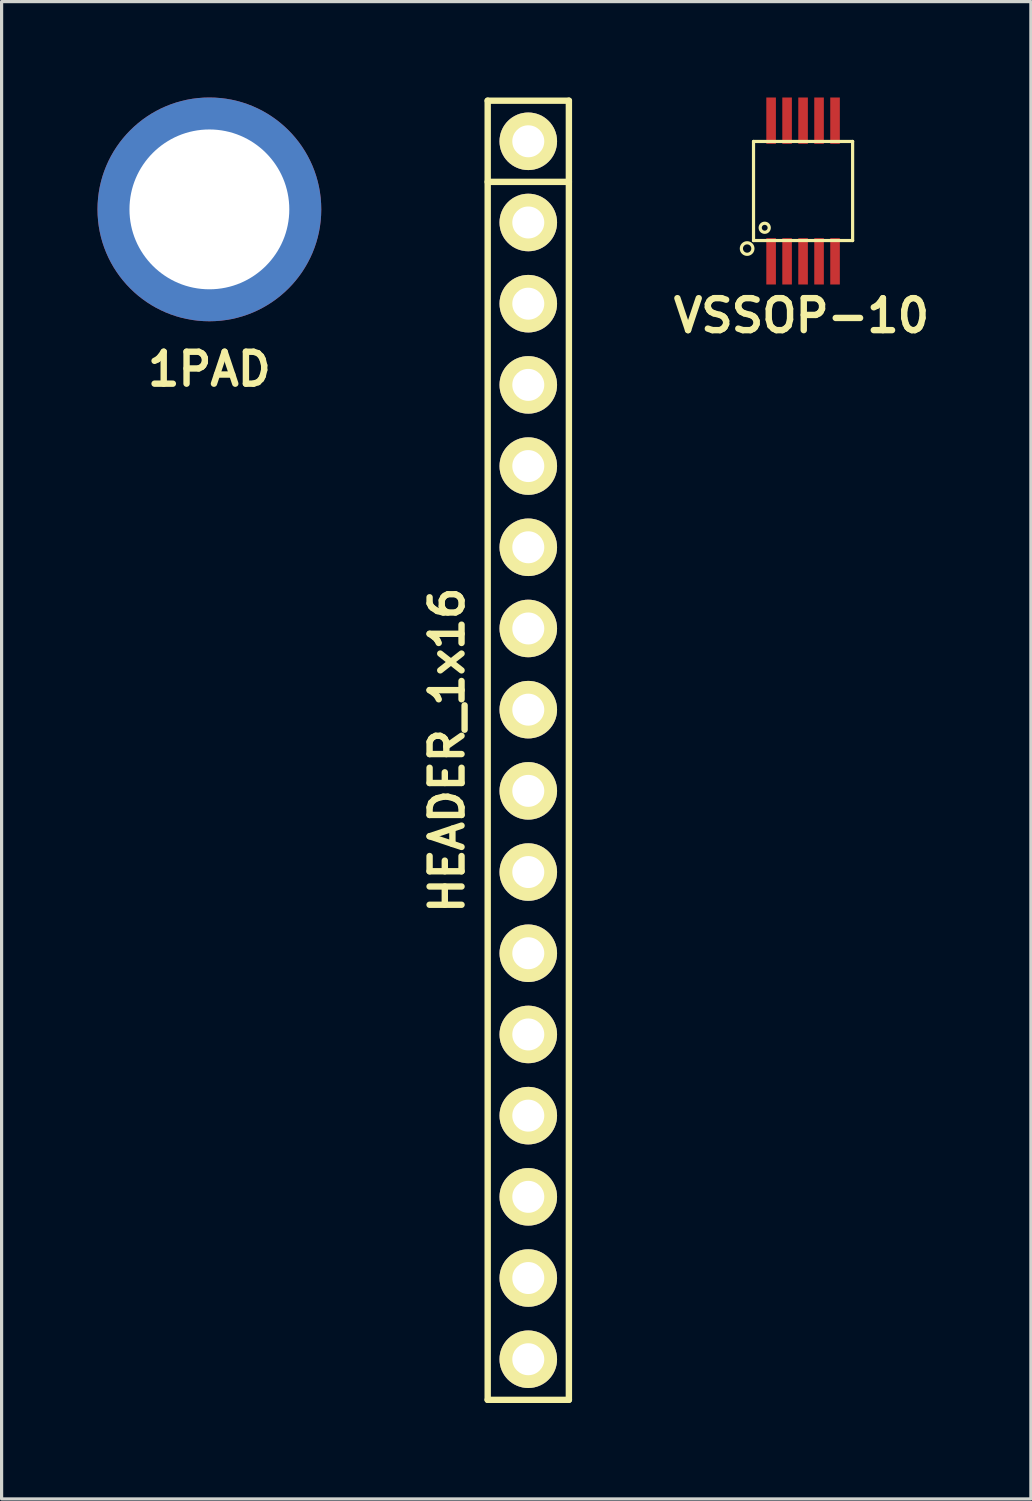
<source format=kicad_pcb>
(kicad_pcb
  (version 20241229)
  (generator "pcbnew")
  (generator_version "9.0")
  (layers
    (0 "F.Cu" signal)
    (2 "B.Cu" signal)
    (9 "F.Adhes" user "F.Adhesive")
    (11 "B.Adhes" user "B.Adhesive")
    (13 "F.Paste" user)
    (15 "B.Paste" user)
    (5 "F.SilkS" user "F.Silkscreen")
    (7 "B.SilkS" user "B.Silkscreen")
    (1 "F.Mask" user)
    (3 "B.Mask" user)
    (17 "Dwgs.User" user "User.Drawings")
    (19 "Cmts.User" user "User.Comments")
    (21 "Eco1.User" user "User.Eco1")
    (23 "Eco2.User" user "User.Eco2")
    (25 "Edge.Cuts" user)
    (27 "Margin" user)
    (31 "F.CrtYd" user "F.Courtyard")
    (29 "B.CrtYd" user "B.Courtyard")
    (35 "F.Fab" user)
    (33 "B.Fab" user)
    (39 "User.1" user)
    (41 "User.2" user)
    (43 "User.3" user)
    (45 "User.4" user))
  (footprint "1PAD"
    (layer "F.Cu")
    (at 3.5 3.5)
    (property "Reference" "1PAD" (at 0 5 0) (layer "F.SilkS") (effects (font (size 1 1) (thickness 0.2))))
    (attr through_hole)
    (pad "1" thru_hole circle (at 0 0) (size 7 7) (drill 5) (layers "*.Cu" "*.Paste" "*.Mask")))
  (footprint "HEADER_1x16"
    (layer "F.Cu")
    (at 13.476 20.42)
    (property "Reference" "HEADER_1x16" (at -2.54 0 90) (layer "F.SilkS") (effects (font (size 1 1) (thickness 0.2))))
    (attr through_hole)
    (fp_line (start -1.27 -20.32) (end -1.27 20.32) (stroke (width 0.2) (type solid)) (layer "F.SilkS"))
    (fp_line (start -1.27 -20.32) (end 1.27 -20.32) (stroke (width 0.2) (type solid)) (layer "F.SilkS"))
    (fp_line (start -1.27 -17.78) (end 1.27 -17.78) (stroke (width 0.2) (type solid)) (layer "F.SilkS"))
    (fp_line (start -1.27 20.32) (end 1.27 20.32) (stroke (width 0.2) (type solid)) (layer "F.SilkS"))
    (fp_line (start 1.27 20.32) (end 1.27 -20.32) (stroke (width 0.2) (type solid)) (layer "F.SilkS"))
    (pad "1" thru_hole circle (at 0 -19.05) (size 1.8 1.8) (drill 1) (layers "*.Cu" "*.Mask" "F.SilkS"))
    (pad "2" thru_hole circle (at 0 -16.51) (size 1.8 1.8) (drill 1) (layers "*.Cu" "*.Mask" "F.SilkS"))
    (pad "3" thru_hole circle (at 0 -13.97) (size 1.8 1.8) (drill 1) (layers "*.Cu" "*.Mask" "F.SilkS"))
    (pad "4" thru_hole circle (at 0 -11.43) (size 1.8 1.8) (drill 1) (layers "*.Cu" "*.Mask" "F.SilkS"))
    (pad "5" thru_hole circle (at 0 -8.89) (size 1.8 1.8) (drill 1) (layers "*.Cu" "*.Mask" "F.SilkS"))
    (pad "6" thru_hole circle (at 0 -6.35) (size 1.8 1.8) (drill 1) (layers "*.Cu" "*.Mask" "F.SilkS"))
    (pad "7" thru_hole circle (at 0 -3.81) (size 1.8 1.8) (drill 1) (layers "*.Cu" "*.Mask" "F.SilkS"))
    (pad "8" thru_hole circle (at 0 -1.27) (size 1.8 1.8) (drill 1) (layers "*.Cu" "*.Mask" "F.SilkS"))
    (pad "9" thru_hole circle (at 0 1.27) (size 1.8 1.8) (drill 1) (layers "*.Cu" "*.Mask" "F.SilkS"))
    (pad "10" thru_hole circle (at 0 3.81) (size 1.8 1.8) (drill 1) (layers "*.Cu" "*.Mask" "F.SilkS"))
    (pad "11" thru_hole circle (at 0 6.35) (size 1.8 1.8) (drill 1) (layers "*.Cu" "*.Mask" "F.SilkS"))
    (pad "12" thru_hole circle (at 0 8.89) (size 1.8 1.8) (drill 1) (layers "*.Cu" "*.Mask" "F.SilkS"))
    (pad "13" thru_hole circle (at 0 11.43) (size 1.8 1.8) (drill 1) (layers "*.Cu" "*.Mask" "F.SilkS"))
    (pad "14" thru_hole circle (at 0 13.97) (size 1.8 1.8) (drill 1) (layers "*.Cu" "*.Mask" "F.SilkS"))
    (pad "15" thru_hole circle (at 0 16.51) (size 1.8 1.8) (drill 1) (layers "*.Cu" "*.Mask" "F.SilkS"))
    (pad "16" thru_hole circle (at 0 19.05) (size 1.8 1.8) (drill 1) (layers "*.Cu" "*.Mask" "F.SilkS")))
  (footprint "VSSOP-10"
    (layer "F.Cu")
    (at 22.072 2.925)
    (property "Reference" "VSSOP-10" (at -0.05 3.9 0) (layer "F.SilkS") (effects (font (size 1 1) (thickness 0.2))))
    (attr smd)
    (fp_line (start -1.55 -1.55) (end 1.55 -1.55) (stroke (width 0.1) (type solid)) (layer "F.SilkS"))
    (fp_line (start -1.55 1.55) (end -1.55 -1.55) (stroke (width 0.1) (type solid)) (layer "F.SilkS"))
    (fp_line (start 1.55 -1.55) (end 1.55 1.55) (stroke (width 0.1) (type solid)) (layer "F.SilkS"))
    (fp_line (start 1.55 1.55) (end -1.55 1.55) (stroke (width 0.1) (type solid)) (layer "F.SilkS"))
    (fp_circle (center -1.75 1.8) (end -1.9 1.9) (stroke (width 0.1) (type solid)) (fill no) (layer "F.SilkS"))
    (fp_circle (center -1.2 1.15) (end -1.3 1.25) (stroke (width 0.1) (type solid)) (fill no) (layer "F.SilkS"))
    (pad "1" smd rect (at -1 2.2) (size 0.3 1.45) (layers "F.Cu" "F.Mask" "F.Paste"))
    (pad "2" smd rect (at -0.5 2.2) (size 0.3 1.45) (layers "F.Cu" "F.Mask" "F.Paste"))
    (pad "3" smd rect (at 0 2.2) (size 0.3 1.45) (layers "F.Cu" "F.Mask" "F.Paste"))
    (pad "4" smd rect (at 0.5 2.2) (size 0.3 1.45) (layers "F.Cu" "F.Mask" "F.Paste"))
    (pad "5" smd rect (at 1 2.2) (size 0.3 1.45) (layers "F.Cu" "F.Mask" "F.Paste"))
    (pad "6" smd rect (at 1 -2.2) (size 0.3 1.45) (layers "F.Cu" "F.Mask" "F.Paste"))
    (pad "7" smd rect (at 0.5 -2.2) (size 0.3 1.45) (layers "F.Cu" "F.Mask" "F.Paste"))
    (pad "8" smd rect (at 0 -2.2) (size 0.3 1.45) (layers "F.Cu" "F.Mask" "F.Paste"))
    (pad "9" smd rect (at -0.5 -2.2) (size 0.3 1.45) (layers "F.Cu" "F.Mask" "F.Paste"))
    (pad "10" smd rect (at -1 -2.2) (size 0.3 1.45) (layers "F.Cu" "F.Mask" "F.Paste")))
  (gr_rect
    (start -3 -3)
    (end 29.198 43.84)
    (stroke (width 0.1) (type default))
    (fill no)
    (layer "Edge.Cuts")))
</source>
